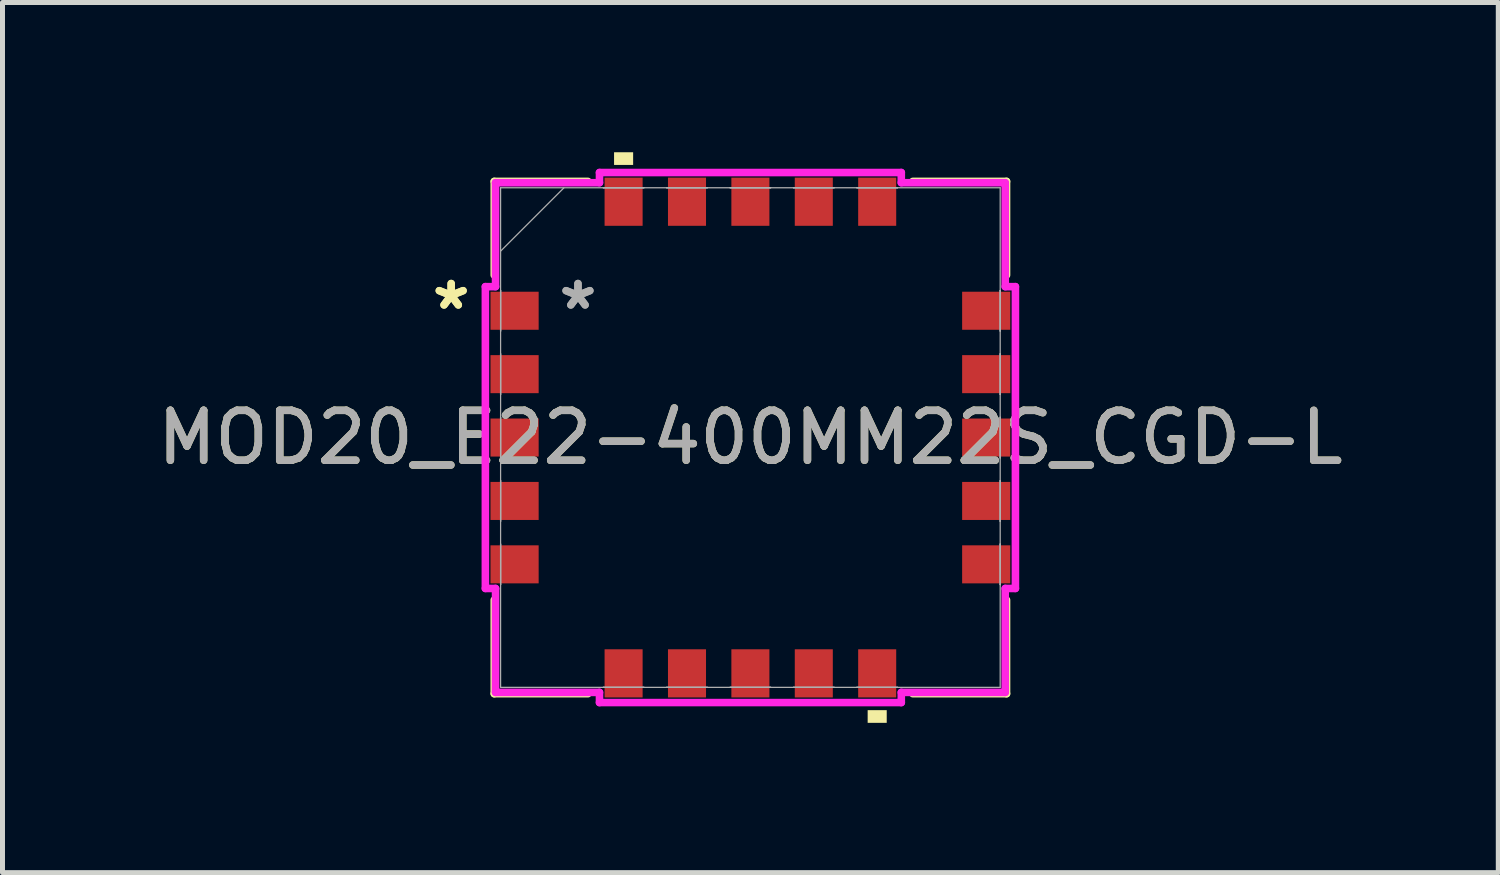
<source format=kicad_pcb>
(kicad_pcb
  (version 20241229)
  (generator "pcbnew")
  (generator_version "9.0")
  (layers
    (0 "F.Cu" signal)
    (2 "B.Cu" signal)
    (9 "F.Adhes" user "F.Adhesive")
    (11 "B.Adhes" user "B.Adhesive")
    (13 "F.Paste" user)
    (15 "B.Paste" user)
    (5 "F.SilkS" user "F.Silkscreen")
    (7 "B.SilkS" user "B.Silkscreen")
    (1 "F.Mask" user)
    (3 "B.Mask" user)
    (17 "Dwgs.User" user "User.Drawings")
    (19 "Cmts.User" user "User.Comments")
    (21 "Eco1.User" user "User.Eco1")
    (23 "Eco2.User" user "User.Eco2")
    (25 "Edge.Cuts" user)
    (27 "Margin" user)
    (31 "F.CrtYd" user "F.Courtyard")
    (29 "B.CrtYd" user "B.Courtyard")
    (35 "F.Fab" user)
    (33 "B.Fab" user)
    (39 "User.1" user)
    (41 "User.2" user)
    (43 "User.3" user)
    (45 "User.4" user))
  (footprint "MOD20_E22-400MM22S_CGD-L"
    (layer "F.Cu")
    (at 11.982 5.715)
    (property "Reference" "MOD20_E22-400MM22S_CGD-L" (at 0 0 0) (unlocked yes) (layer "F.SilkS") (effects (font (size 1 1) (thickness 0.15))))
    (attr smd)
    (fp_line (start -5.131 -5.131) (end -5.131 -3.254) (stroke (width 0.152) (type solid)) (layer "F.SilkS"))
    (fp_line (start -5.131 3.254) (end -5.131 5.131) (stroke (width 0.152) (type solid)) (layer "F.SilkS"))
    (fp_line (start -5.131 5.131) (end -3.254 5.131) (stroke (width 0.152) (type solid)) (layer "F.SilkS"))
    (fp_line (start -3.254 -5.131) (end -5.131 -5.131) (stroke (width 0.152) (type solid)) (layer "F.SilkS"))
    (fp_line (start 3.254 5.131) (end 5.131 5.131) (stroke (width 0.152) (type solid)) (layer "F.SilkS"))
    (fp_line (start 5.131 -5.131) (end 3.254 -5.131) (stroke (width 0.152) (type solid)) (layer "F.SilkS"))
    (fp_line (start 5.131 -3.254) (end 5.131 -5.131) (stroke (width 0.152) (type solid)) (layer "F.SilkS"))
    (fp_line (start 5.131 5.131) (end 5.131 3.254) (stroke (width 0.152) (type solid)) (layer "F.SilkS"))
    (fp_poly (pts (xy -2.731 -5.461) (xy -2.731 -5.715) (xy -2.349 -5.715) (xy -2.349 -5.461)) (stroke (width 0) (type solid)) (fill yes) (layer "F.SilkS"))
    (fp_poly (pts (xy 2.349 5.461) (xy 2.349 5.715) (xy 2.731 5.715) (xy 2.731 5.461)) (stroke (width 0) (type solid)) (fill yes) (layer "F.SilkS"))
    (fp_line (start -5.309 -3.023) (end -5.105 -3.023) (stroke (width 0.152) (type solid)) (layer "F.CrtYd"))
    (fp_line (start -5.309 3.023) (end -5.309 -3.023) (stroke (width 0.152) (type solid)) (layer "F.CrtYd"))
    (fp_line (start -5.105 -5.105) (end -3.023 -5.105) (stroke (width 0.152) (type solid)) (layer "F.CrtYd"))
    (fp_line (start -5.105 -3.023) (end -5.105 -5.105) (stroke (width 0.152) (type solid)) (layer "F.CrtYd"))
    (fp_line (start -5.105 3.023) (end -5.309 3.023) (stroke (width 0.152) (type solid)) (layer "F.CrtYd"))
    (fp_line (start -5.105 5.105) (end -5.105 3.023) (stroke (width 0.152) (type solid)) (layer "F.CrtYd"))
    (fp_line (start -3.023 -5.309) (end 3.023 -5.309) (stroke (width 0.152) (type solid)) (layer "F.CrtYd"))
    (fp_line (start -3.023 -5.105) (end -3.023 -5.309) (stroke (width 0.152) (type solid)) (layer "F.CrtYd"))
    (fp_line (start -3.023 5.105) (end -5.105 5.105) (stroke (width 0.152) (type solid)) (layer "F.CrtYd"))
    (fp_line (start -3.023 5.309) (end -3.023 5.105) (stroke (width 0.152) (type solid)) (layer "F.CrtYd"))
    (fp_line (start 3.023 -5.309) (end 3.023 -5.105) (stroke (width 0.152) (type solid)) (layer "F.CrtYd"))
    (fp_line (start 3.023 -5.105) (end 5.105 -5.105) (stroke (width 0.152) (type solid)) (layer "F.CrtYd"))
    (fp_line (start 3.023 5.105) (end 3.023 5.309) (stroke (width 0.152) (type solid)) (layer "F.CrtYd"))
    (fp_line (start 3.023 5.309) (end -3.023 5.309) (stroke (width 0.152) (type solid)) (layer "F.CrtYd"))
    (fp_line (start 5.105 -5.105) (end 5.105 -3.023) (stroke (width 0.152) (type solid)) (layer "F.CrtYd"))
    (fp_line (start 5.105 -3.023) (end 5.309 -3.023) (stroke (width 0.152) (type solid)) (layer "F.CrtYd"))
    (fp_line (start 5.105 3.023) (end 5.105 5.105) (stroke (width 0.152) (type solid)) (layer "F.CrtYd"))
    (fp_line (start 5.105 5.105) (end 3.023 5.105) (stroke (width 0.152) (type solid)) (layer "F.CrtYd"))
    (fp_line (start 5.309 -3.023) (end 5.309 3.023) (stroke (width 0.152) (type solid)) (layer "F.CrtYd"))
    (fp_line (start 5.309 3.023) (end 5.105 3.023) (stroke (width 0.152) (type solid)) (layer "F.CrtYd"))
    (fp_line (start -5.004 -5.004) (end -5.004 5.004) (stroke (width 0.025) (type solid)) (layer "F.Fab"))
    (fp_line (start -5.004 -3.734) (end -3.734 -5.004) (stroke (width 0.025) (type solid)) (layer "F.Fab"))
    (fp_line (start -5.004 -2.946) (end -5.004 -2.946) (stroke (width 0.025) (type solid)) (layer "F.Fab"))
    (fp_line (start -5.004 -2.946) (end -5.004 -2.134) (stroke (width 0.025) (type solid)) (layer "F.Fab"))
    (fp_line (start -5.004 -2.134) (end -5.004 -2.946) (stroke (width 0.025) (type solid)) (layer "F.Fab"))
    (fp_line (start -5.004 -2.134) (end -5.004 -2.134) (stroke (width 0.025) (type solid)) (layer "F.Fab"))
    (fp_line (start -5.004 -1.676) (end -5.004 -1.676) (stroke (width 0.025) (type solid)) (layer "F.Fab"))
    (fp_line (start -5.004 -1.676) (end -5.004 -0.864) (stroke (width 0.025) (type solid)) (layer "F.Fab"))
    (fp_line (start -5.004 -0.864) (end -5.004 -1.676) (stroke (width 0.025) (type solid)) (layer "F.Fab"))
    (fp_line (start -5.004 -0.864) (end -5.004 -0.864) (stroke (width 0.025) (type solid)) (layer "F.Fab"))
    (fp_line (start -5.004 -0.406) (end -5.004 -0.406) (stroke (width 0.025) (type solid)) (layer "F.Fab"))
    (fp_line (start -5.004 -0.406) (end -5.004 0.406) (stroke (width 0.025) (type solid)) (layer "F.Fab"))
    (fp_line (start -5.004 0.406) (end -5.004 -0.406) (stroke (width 0.025) (type solid)) (layer "F.Fab"))
    (fp_line (start -5.004 0.406) (end -5.004 0.406) (stroke (width 0.025) (type solid)) (layer "F.Fab"))
    (fp_line (start -5.004 0.864) (end -5.004 0.864) (stroke (width 0.025) (type solid)) (layer "F.Fab"))
    (fp_line (start -5.004 0.864) (end -5.004 1.676) (stroke (width 0.025) (type solid)) (layer "F.Fab"))
    (fp_line (start -5.004 1.676) (end -5.004 0.864) (stroke (width 0.025) (type solid)) (layer "F.Fab"))
    (fp_line (start -5.004 1.676) (end -5.004 1.676) (stroke (width 0.025) (type solid)) (layer "F.Fab"))
    (fp_line (start -5.004 2.134) (end -5.004 2.134) (stroke (width 0.025) (type solid)) (layer "F.Fab"))
    (fp_line (start -5.004 2.134) (end -5.004 2.946) (stroke (width 0.025) (type solid)) (layer "F.Fab"))
    (fp_line (start -5.004 2.946) (end -5.004 2.134) (stroke (width 0.025) (type solid)) (layer "F.Fab"))
    (fp_line (start -5.004 2.946) (end -5.004 2.946) (stroke (width 0.025) (type solid)) (layer "F.Fab"))
    (fp_line (start -5.004 5.004) (end 5.004 5.004) (stroke (width 0.025) (type solid)) (layer "F.Fab"))
    (fp_line (start -2.946 -5.004) (end -2.946 -5.004) (stroke (width 0.025) (type solid)) (layer "F.Fab"))
    (fp_line (start -2.946 -5.004) (end -2.134 -5.004) (stroke (width 0.025) (type solid)) (layer "F.Fab"))
    (fp_line (start -2.946 5.004) (end -2.946 5.004) (stroke (width 0.025) (type solid)) (layer "F.Fab"))
    (fp_line (start -2.946 5.004) (end -2.134 5.004) (stroke (width 0.025) (type solid)) (layer "F.Fab"))
    (fp_line (start -2.134 -5.004) (end -2.946 -5.004) (stroke (width 0.025) (type solid)) (layer "F.Fab"))
    (fp_line (start -2.134 -5.004) (end -2.134 -5.004) (stroke (width 0.025) (type solid)) (layer "F.Fab"))
    (fp_line (start -2.134 5.004) (end -2.946 5.004) (stroke (width 0.025) (type solid)) (layer "F.Fab"))
    (fp_line (start -2.134 5.004) (end -2.134 5.004) (stroke (width 0.025) (type solid)) (layer "F.Fab"))
    (fp_line (start -1.676 -5.004) (end -1.676 -5.004) (stroke (width 0.025) (type solid)) (layer "F.Fab"))
    (fp_line (start -1.676 -5.004) (end -0.864 -5.004) (stroke (width 0.025) (type solid)) (layer "F.Fab"))
    (fp_line (start -1.676 5.004) (end -1.676 5.004) (stroke (width 0.025) (type solid)) (layer "F.Fab"))
    (fp_line (start -1.676 5.004) (end -0.864 5.004) (stroke (width 0.025) (type solid)) (layer "F.Fab"))
    (fp_line (start -0.864 -5.004) (end -1.676 -5.004) (stroke (width 0.025) (type solid)) (layer "F.Fab"))
    (fp_line (start -0.864 -5.004) (end -0.864 -5.004) (stroke (width 0.025) (type solid)) (layer "F.Fab"))
    (fp_line (start -0.864 5.004) (end -1.676 5.004) (stroke (width 0.025) (type solid)) (layer "F.Fab"))
    (fp_line (start -0.864 5.004) (end -0.864 5.004) (stroke (width 0.025) (type solid)) (layer "F.Fab"))
    (fp_line (start -0.406 -5.004) (end -0.406 -5.004) (stroke (width 0.025) (type solid)) (layer "F.Fab"))
    (fp_line (start -0.406 -5.004) (end 0.406 -5.004) (stroke (width 0.025) (type solid)) (layer "F.Fab"))
    (fp_line (start -0.406 5.004) (end -0.406 5.004) (stroke (width 0.025) (type solid)) (layer "F.Fab"))
    (fp_line (start -0.406 5.004) (end 0.406 5.004) (stroke (width 0.025) (type solid)) (layer "F.Fab"))
    (fp_line (start 0.406 -5.004) (end -0.406 -5.004) (stroke (width 0.025) (type solid)) (layer "F.Fab"))
    (fp_line (start 0.406 -5.004) (end 0.406 -5.004) (stroke (width 0.025) (type solid)) (layer "F.Fab"))
    (fp_line (start 0.406 5.004) (end -0.406 5.004) (stroke (width 0.025) (type solid)) (layer "F.Fab"))
    (fp_line (start 0.406 5.004) (end 0.406 5.004) (stroke (width 0.025) (type solid)) (layer "F.Fab"))
    (fp_line (start 0.864 -5.004) (end 0.864 -5.004) (stroke (width 0.025) (type solid)) (layer "F.Fab"))
    (fp_line (start 0.864 -5.004) (end 1.676 -5.004) (stroke (width 0.025) (type solid)) (layer "F.Fab"))
    (fp_line (start 0.864 5.004) (end 0.864 5.004) (stroke (width 0.025) (type solid)) (layer "F.Fab"))
    (fp_line (start 0.864 5.004) (end 1.676 5.004) (stroke (width 0.025) (type solid)) (layer "F.Fab"))
    (fp_line (start 1.676 -5.004) (end 0.864 -5.004) (stroke (width 0.025) (type solid)) (layer "F.Fab"))
    (fp_line (start 1.676 -5.004) (end 1.676 -5.004) (stroke (width 0.025) (type solid)) (layer "F.Fab"))
    (fp_line (start 1.676 5.004) (end 0.864 5.004) (stroke (width 0.025) (type solid)) (layer "F.Fab"))
    (fp_line (start 1.676 5.004) (end 1.676 5.004) (stroke (width 0.025) (type solid)) (layer "F.Fab"))
    (fp_line (start 2.134 -5.004) (end 2.134 -5.004) (stroke (width 0.025) (type solid)) (layer "F.Fab"))
    (fp_line (start 2.134 -5.004) (end 2.946 -5.004) (stroke (width 0.025) (type solid)) (layer "F.Fab"))
    (fp_line (start 2.134 5.004) (end 2.134 5.004) (stroke (width 0.025) (type solid)) (layer "F.Fab"))
    (fp_line (start 2.134 5.004) (end 2.946 5.004) (stroke (width 0.025) (type solid)) (layer "F.Fab"))
    (fp_line (start 2.946 -5.004) (end 2.134 -5.004) (stroke (width 0.025) (type solid)) (layer "F.Fab"))
    (fp_line (start 2.946 -5.004) (end 2.946 -5.004) (stroke (width 0.025) (type solid)) (layer "F.Fab"))
    (fp_line (start 2.946 5.004) (end 2.134 5.004) (stroke (width 0.025) (type solid)) (layer "F.Fab"))
    (fp_line (start 2.946 5.004) (end 2.946 5.004) (stroke (width 0.025) (type solid)) (layer "F.Fab"))
    (fp_line (start 5.004 -5.004) (end -5.004 -5.004) (stroke (width 0.025) (type solid)) (layer "F.Fab"))
    (fp_line (start 5.004 -2.946) (end 5.004 -2.946) (stroke (width 0.025) (type solid)) (layer "F.Fab"))
    (fp_line (start 5.004 -2.946) (end 5.004 -2.134) (stroke (width 0.025) (type solid)) (layer "F.Fab"))
    (fp_line (start 5.004 -2.134) (end 5.004 -2.946) (stroke (width 0.025) (type solid)) (layer "F.Fab"))
    (fp_line (start 5.004 -2.134) (end 5.004 -2.134) (stroke (width 0.025) (type solid)) (layer "F.Fab"))
    (fp_line (start 5.004 -1.676) (end 5.004 -1.676) (stroke (width 0.025) (type solid)) (layer "F.Fab"))
    (fp_line (start 5.004 -1.676) (end 5.004 -0.864) (stroke (width 0.025) (type solid)) (layer "F.Fab"))
    (fp_line (start 5.004 -0.864) (end 5.004 -1.676) (stroke (width 0.025) (type solid)) (layer "F.Fab"))
    (fp_line (start 5.004 -0.864) (end 5.004 -0.864) (stroke (width 0.025) (type solid)) (layer "F.Fab"))
    (fp_line (start 5.004 -0.406) (end 5.004 -0.406) (stroke (width 0.025) (type solid)) (layer "F.Fab"))
    (fp_line (start 5.004 -0.406) (end 5.004 0.406) (stroke (width 0.025) (type solid)) (layer "F.Fab"))
    (fp_line (start 5.004 0.406) (end 5.004 -0.406) (stroke (width 0.025) (type solid)) (layer "F.Fab"))
    (fp_line (start 5.004 0.406) (end 5.004 0.406) (stroke (width 0.025) (type solid)) (layer "F.Fab"))
    (fp_line (start 5.004 0.864) (end 5.004 0.864) (stroke (width 0.025) (type solid)) (layer "F.Fab"))
    (fp_line (start 5.004 0.864) (end 5.004 1.676) (stroke (width 0.025) (type solid)) (layer "F.Fab"))
    (fp_line (start 5.004 1.676) (end 5.004 0.864) (stroke (width 0.025) (type solid)) (layer "F.Fab"))
    (fp_line (start 5.004 1.676) (end 5.004 1.676) (stroke (width 0.025) (type solid)) (layer "F.Fab"))
    (fp_line (start 5.004 2.134) (end 5.004 2.134) (stroke (width 0.025) (type solid)) (layer "F.Fab"))
    (fp_line (start 5.004 2.134) (end 5.004 2.946) (stroke (width 0.025) (type solid)) (layer "F.Fab"))
    (fp_line (start 5.004 2.946) (end 5.004 2.134) (stroke (width 0.025) (type solid)) (layer "F.Fab"))
    (fp_line (start 5.004 2.946) (end 5.004 2.946) (stroke (width 0.025) (type solid)) (layer "F.Fab"))
    (fp_line (start 5.004 5.004) (end 5.004 -5.004) (stroke (width 0.025) (type solid)) (layer "F.Fab"))
    (fp_text user "*" (at -5.994 -2.54 0) (layer "F.SilkS") (effects (font (size 1 1) (thickness 0.15))))
    (fp_text user "*" (at -5.994 -2.54 0) (unlocked yes) (layer "F.SilkS") (effects (font (size 1 1) (thickness 0.15))))
    (fp_text user "*" (at -3.454 -2.54 0) (unlocked yes) (layer "F.Fab") (effects (font (size 1 1) (thickness 0.15))))
    (fp_text user "${REFERENCE}" (at 0 0 0) (unlocked yes) (layer "F.Fab") (effects (font (size 1 1) (thickness 0.15))))
    (fp_text user "*" (at -3.454 -2.54 0) (layer "F.Fab") (effects (font (size 1 1) (thickness 0.15))))
    (pad "1" smd rect (at -4.724 -2.54 90) (size 0.762 0.965) (layers "F.Cu" "F.Mask" "F.Paste"))
    (pad "2" smd rect (at -4.724 -1.27 90) (size 0.762 0.965) (layers "F.Cu" "F.Mask" "F.Paste"))
    (pad "3" smd rect (at -4.724 0 90) (size 0.762 0.965) (layers "F.Cu" "F.Mask" "F.Paste"))
    (pad "4" smd rect (at -4.724 1.27 90) (size 0.762 0.965) (layers "F.Cu" "F.Mask" "F.Paste"))
    (pad "5" smd rect (at -4.724 2.54 90) (size 0.762 0.965) (layers "F.Cu" "F.Mask" "F.Paste"))
    (pad "6" smd rect (at -2.54 4.724) (size 0.762 0.965) (layers "F.Cu" "F.Mask" "F.Paste"))
    (pad "7" smd rect (at -1.27 4.724) (size 0.762 0.965) (layers "F.Cu" "F.Mask" "F.Paste"))
    (pad "8" smd rect (at 0 4.724) (size 0.762 0.965) (layers "F.Cu" "F.Mask" "F.Paste"))
    (pad "9" smd rect (at 1.27 4.724) (size 0.762 0.965) (layers "F.Cu" "F.Mask" "F.Paste"))
    (pad "10" smd rect (at 2.54 4.724) (size 0.762 0.965) (layers "F.Cu" "F.Mask" "F.Paste"))
    (pad "11" smd rect (at 4.724 2.54 90) (size 0.762 0.965) (layers "F.Cu" "F.Mask" "F.Paste"))
    (pad "12" smd rect (at 4.724 1.27 90) (size 0.762 0.965) (layers "F.Cu" "F.Mask" "F.Paste"))
    (pad "13" smd rect (at 4.724 0 90) (size 0.762 0.965) (layers "F.Cu" "F.Mask" "F.Paste"))
    (pad "14" smd rect (at 4.724 -1.27 90) (size 0.762 0.965) (layers "F.Cu" "F.Mask" "F.Paste"))
    (pad "15" smd rect (at 4.724 -2.54 90) (size 0.762 0.965) (layers "F.Cu" "F.Mask" "F.Paste"))
    (pad "16" smd rect (at 2.54 -4.724) (size 0.762 0.965) (layers "F.Cu" "F.Mask" "F.Paste"))
    (pad "17" smd rect (at 1.27 -4.724) (size 0.762 0.965) (layers "F.Cu" "F.Mask" "F.Paste"))
    (pad "18" smd rect (at 0 -4.724) (size 0.762 0.965) (layers "F.Cu" "F.Mask" "F.Paste"))
    (pad "19" smd rect (at -1.27 -4.724) (size 0.762 0.965) (layers "F.Cu" "F.Mask" "F.Paste"))
    (pad "20" smd rect (at -2.54 -4.724) (size 0.762 0.965) (layers "F.Cu" "F.Mask" "F.Paste")))
  (gr_rect
    (start -3 -3)
    (end 26.964 14.43)
    (stroke (width 0.1) (type default))
    (fill no)
    (layer "Edge.Cuts")))
</source>
